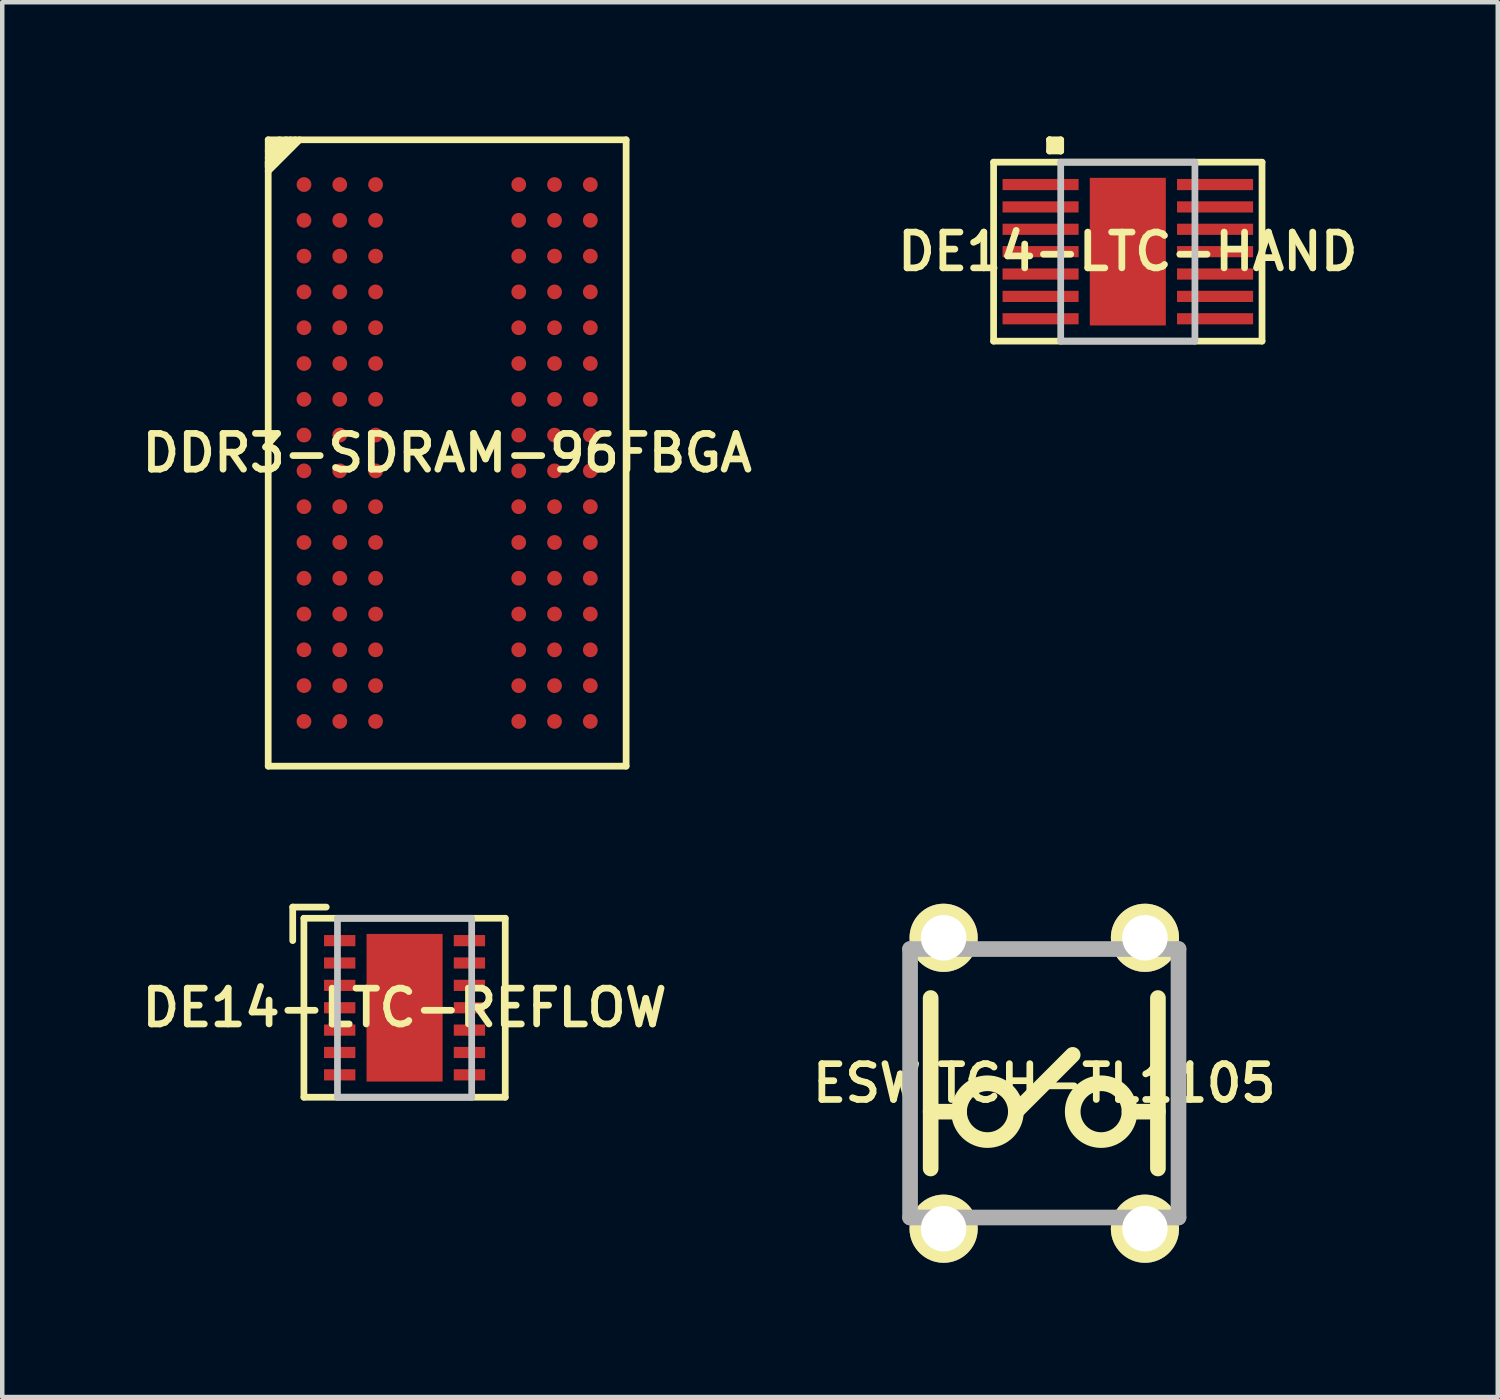
<source format=kicad_pcb>
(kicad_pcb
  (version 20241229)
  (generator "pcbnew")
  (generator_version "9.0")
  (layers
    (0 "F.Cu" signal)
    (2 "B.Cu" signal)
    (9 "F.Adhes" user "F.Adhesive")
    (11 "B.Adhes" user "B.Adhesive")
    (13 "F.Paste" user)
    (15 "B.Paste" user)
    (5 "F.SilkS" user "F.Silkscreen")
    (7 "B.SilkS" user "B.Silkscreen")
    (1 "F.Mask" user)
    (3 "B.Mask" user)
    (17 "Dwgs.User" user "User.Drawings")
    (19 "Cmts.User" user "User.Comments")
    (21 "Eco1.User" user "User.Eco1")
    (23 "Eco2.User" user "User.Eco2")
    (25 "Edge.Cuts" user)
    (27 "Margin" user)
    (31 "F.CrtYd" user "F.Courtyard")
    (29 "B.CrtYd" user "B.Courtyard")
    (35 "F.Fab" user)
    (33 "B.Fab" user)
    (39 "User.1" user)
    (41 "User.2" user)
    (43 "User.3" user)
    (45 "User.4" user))
  (footprint "DE14-LTC-REFLOW"
    (layer "F.Cu")
    (at 5.993 19.475)
    (property "Reference" "DE14-LTC-REFLOW" (at 0 0 0) (layer "F.SilkS") (effects (font (size 0.8 0.8) (thickness 0.15))))
    (attr through_hole)
    (fp_line (start -2.5 -2.25) (end -1.75 -2.25) (stroke (width 0.15) (type solid)) (layer "F.SilkS"))
    (fp_line (start -2.5 -1.5) (end -2.5 -2.25) (stroke (width 0.15) (type solid)) (layer "F.SilkS"))
    (fp_line (start -2.25 -2) (end 2.25 -2) (stroke (width 0.15) (type solid)) (layer "F.SilkS"))
    (fp_line (start -2.25 2) (end -2.25 -2) (stroke (width 0.15) (type solid)) (layer "F.SilkS"))
    (fp_line (start 2.25 -2) (end 2.25 2) (stroke (width 0.15) (type solid)) (layer "F.SilkS"))
    (fp_line (start 2.25 2) (end -2.25 2) (stroke (width 0.15) (type solid)) (layer "F.SilkS"))
    (fp_line (start -1.5 -2) (end 1.5 -2) (stroke (width 0.15) (type solid)) (layer "Dwgs.User"))
    (fp_line (start -1.5 2) (end -1.5 -2) (stroke (width 0.15) (type solid)) (layer "Dwgs.User"))
    (fp_line (start 1.5 -2) (end 1.5 2) (stroke (width 0.15) (type solid)) (layer "Dwgs.User"))
    (fp_line (start 1.5 2) (end -1.5 2) (stroke (width 0.15) (type solid)) (layer "Dwgs.User"))
    (pad "1" smd rect (at -1.45 -1.5) (size 0.7 0.25) (layers "F.Cu" "F.Mask" "F.Paste"))
    (pad "2" smd rect (at -1.45 -1) (size 0.7 0.25) (layers "F.Cu" "F.Mask" "F.Paste"))
    (pad "3" smd rect (at -1.45 -0.5) (size 0.7 0.25) (layers "F.Cu" "F.Mask" "F.Paste"))
    (pad "4" smd rect (at -1.45 0) (size 0.7 0.25) (layers "F.Cu" "F.Mask" "F.Paste"))
    (pad "5" smd rect (at -1.45 0.5) (size 0.7 0.25) (layers "F.Cu" "F.Mask" "F.Paste"))
    (pad "6" smd rect (at -1.45 1) (size 0.7 0.25) (layers "F.Cu" "F.Mask" "F.Paste"))
    (pad "7" smd rect (at -1.45 1.5) (size 0.7 0.25) (layers "F.Cu" "F.Mask" "F.Paste"))
    (pad "8" smd rect (at 1.45 1.5) (size 0.7 0.25) (layers "F.Cu" "F.Mask" "F.Paste"))
    (pad "9" smd rect (at 1.45 1) (size 0.7 0.25) (layers "F.Cu" "F.Mask" "F.Paste"))
    (pad "10" smd rect (at 1.45 0.5) (size 0.7 0.25) (layers "F.Cu" "F.Mask" "F.Paste"))
    (pad "11" smd rect (at 1.45 0) (size 0.7 0.25) (layers "F.Cu" "F.Mask" "F.Paste"))
    (pad "12" smd rect (at 1.45 -0.5) (size 0.7 0.25) (layers "F.Cu" "F.Mask" "F.Paste"))
    (pad "13" smd rect (at 1.45 -1) (size 0.7 0.25) (layers "F.Cu" "F.Mask" "F.Paste"))
    (pad "14" smd rect (at 1.45 -1.5) (size 0.7 0.25) (layers "F.Cu" "F.Mask" "F.Paste"))
    (pad "15" smd rect (at 0 0) (size 1.7 3.3) (layers "F.Cu" "F.Mask" "F.Paste")))
  (footprint "ESWITCH-TL1105"
    (layer "F.Cu")
    (at 20.292 21.163)
    (property "Reference" "ESWITCH-TL1105" (at 0 0 0) (layer "F.SilkS") (effects (font (size 0.8 0.8) (thickness 0.15))))
    (attr through_hole)
    (fp_line (start -2.54 -1.905) (end -2.54 1.905) (stroke (width 0.35) (type solid)) (layer "F.SilkS"))
    (fp_line (start -1.905 0.635) (end -2.54 0.635) (stroke (width 0.35) (type solid)) (layer "F.SilkS"))
    (fp_line (start -0.635 0.635) (end 0.635 -0.635) (stroke (width 0.35) (type solid)) (layer "F.SilkS"))
    (fp_line (start 1.905 0.635) (end 2.54 0.635) (stroke (width 0.35) (type solid)) (layer "F.SilkS"))
    (fp_line (start 2.54 -1.905) (end 2.54 1.905) (stroke (width 0.35) (type solid)) (layer "F.SilkS"))
    (fp_circle (center -1.27 0.635) (end -0.635 0.635) (stroke (width 0.35) (type solid)) (fill no) (layer "F.SilkS"))
    (fp_circle (center 1.27 0.635) (end 0.635 0.635) (stroke (width 0.35) (type solid)) (fill no) (layer "F.SilkS"))
    (fp_line (start -3 -3) (end 3 -3) (stroke (width 0.35) (type solid)) (layer "F.Fab"))
    (fp_line (start -3 3) (end -3 -3) (stroke (width 0.35) (type solid)) (layer "F.Fab"))
    (fp_line (start 3 -3) (end 3 3) (stroke (width 0.35) (type solid)) (layer "F.Fab"))
    (fp_line (start 3 3) (end -3 3) (stroke (width 0.35) (type solid)) (layer "F.Fab"))
    (pad "1" thru_hole circle (at -2.25 -3.251) (size 1.524 1.524) (drill 1.016) (layers "*.Cu" "*.Mask" "F.SilkS"))
    (pad "2" thru_hole circle (at 2.25 -3.251) (size 1.524 1.524) (drill 1.016) (layers "*.Cu" "*.Mask" "F.SilkS"))
    (pad "3" thru_hole circle (at -2.25 3.251) (size 1.524 1.524) (drill 1.016) (layers "*.Cu" "*.Mask" "F.SilkS"))
    (pad "4" thru_hole circle (at 2.25 3.251) (size 1.524 1.524) (drill 1.016) (layers "*.Cu" "*.Mask" "F.SilkS")))
  (footprint "DE14-LTC-HAND"
    (layer "F.Cu")
    (at 22.159 2.575)
    (property "Reference" "DE14-LTC-HAND" (at 0 0 0) (layer "F.SilkS") (effects (font (size 0.8 0.8) (thickness 0.15))))
    (attr through_hole)
    (fp_line (start -3 -2) (end -3 2) (stroke (width 0.15) (type solid)) (layer "F.SilkS"))
    (fp_line (start -3 2) (end 3 2) (stroke (width 0.15) (type solid)) (layer "F.SilkS"))
    (fp_line (start -1.75 -2.5) (end -1.5 -2.5) (stroke (width 0.15) (type solid)) (layer "F.SilkS"))
    (fp_line (start -1.75 -2.25) (end -1.75 -2.5) (stroke (width 0.15) (type solid)) (layer "F.SilkS"))
    (fp_line (start -1.5 -2.5) (end -1.5 -2.25) (stroke (width 0.15) (type solid)) (layer "F.SilkS"))
    (fp_line (start -1.5 -2.25) (end -1.75 -2.5) (stroke (width 0.15) (type solid)) (layer "F.SilkS"))
    (fp_line (start -1.5 -2.25) (end -1.75 -2.25) (stroke (width 0.15) (type solid)) (layer "F.SilkS"))
    (fp_line (start 3 -2) (end -3 -2) (stroke (width 0.15) (type solid)) (layer "F.SilkS"))
    (fp_line (start 3 2) (end 3 -2) (stroke (width 0.15) (type solid)) (layer "F.SilkS"))
    (fp_line (start -1.5 -2) (end 1.5 -2) (stroke (width 0.15) (type solid)) (layer "Dwgs.User"))
    (fp_line (start -1.5 2) (end -1.5 -2) (stroke (width 0.15) (type solid)) (layer "Dwgs.User"))
    (fp_line (start 1.5 -2) (end 1.5 2) (stroke (width 0.15) (type solid)) (layer "Dwgs.User"))
    (fp_line (start 1.5 2) (end -1.5 2) (stroke (width 0.15) (type solid)) (layer "Dwgs.User"))
    (pad "1" smd rect (at -1.95 -1.5) (size 1.7 0.25) (layers "F.Cu" "F.Mask" "F.Paste"))
    (pad "2" smd rect (at -1.95 -1) (size 1.7 0.25) (layers "F.Cu" "F.Mask" "F.Paste"))
    (pad "3" smd rect (at -1.95 -0.5) (size 1.7 0.25) (layers "F.Cu" "F.Mask" "F.Paste"))
    (pad "4" smd rect (at -1.95 0) (size 1.7 0.25) (layers "F.Cu" "F.Mask" "F.Paste"))
    (pad "5" smd rect (at -1.95 0.5) (size 1.7 0.25) (layers "F.Cu" "F.Mask" "F.Paste"))
    (pad "6" smd rect (at -1.95 1) (size 1.7 0.25) (layers "F.Cu" "F.Mask" "F.Paste"))
    (pad "7" smd rect (at -1.95 1.5) (size 1.7 0.25) (layers "F.Cu" "F.Mask" "F.Paste"))
    (pad "8" smd rect (at 1.95 1.5) (size 1.7 0.25) (layers "F.Cu" "F.Mask" "F.Paste"))
    (pad "9" smd rect (at 1.95 1) (size 1.7 0.25) (layers "F.Cu" "F.Mask" "F.Paste"))
    (pad "10" smd rect (at 1.95 0.5) (size 1.7 0.25) (layers "F.Cu" "F.Mask" "F.Paste"))
    (pad "11" smd rect (at 1.95 0) (size 1.7 0.25) (layers "F.Cu" "F.Mask" "F.Paste"))
    (pad "12" smd rect (at 1.95 -0.5) (size 1.7 0.25) (layers "F.Cu" "F.Mask" "F.Paste"))
    (pad "13" smd rect (at 1.95 -1) (size 1.7 0.25) (layers "F.Cu" "F.Mask" "F.Paste"))
    (pad "14" smd rect (at 1.95 -1.5) (size 1.7 0.25) (layers "F.Cu" "F.Mask" "F.Paste"))
    (pad "15" smd rect (at 0 0) (size 1.7 3.3) (layers "F.Cu" "F.Mask" "F.Paste")))
  (footprint "DDR3-SDRAM-96FBGA"
    (layer "F.Cu")
    (at 6.945 7.075)
    (property "Reference" "DDR3-SDRAM-96FBGA" (at 0 0 0) (layer "F.SilkS") (effects (font (size 0.8 0.8) (thickness 0.15))))
    (attr through_hole)
    (fp_line (start -4 -7) (end -4 7) (stroke (width 0.15) (type solid)) (layer "F.SilkS"))
    (fp_line (start -4 -6.75) (end -3.75 -7) (stroke (width 0.15) (type solid)) (layer "F.SilkS"))
    (fp_line (start -4 -6.6) (end -3.6 -7) (stroke (width 0.15) (type solid)) (layer "F.SilkS"))
    (fp_line (start -4 -6.5) (end -3.5 -7) (stroke (width 0.15) (type solid)) (layer "F.SilkS"))
    (fp_line (start -4 -6.4) (end -4 -6.5) (stroke (width 0.15) (type solid)) (layer "F.SilkS"))
    (fp_line (start -4 -6.3) (end -3.3 -7) (stroke (width 0.15) (type solid)) (layer "F.SilkS"))
    (fp_line (start -4 7) (end 4 7) (stroke (width 0.15) (type solid)) (layer "F.SilkS"))
    (fp_line (start -3.4 -7) (end -4 -6.4) (stroke (width 0.15) (type solid)) (layer "F.SilkS"))
    (fp_line (start 4 -7) (end -4 -7) (stroke (width 0.15) (type solid)) (layer "F.SilkS"))
    (fp_line (start 4 7) (end 4 -7) (stroke (width 0.15) (type solid)) (layer "F.SilkS"))
    (pad "A1" smd circle (at -3.2 -6) (size 0.33 0.33) (layers "F.Cu" "F.Mask" "F.Paste"))
    (pad "A2" smd circle (at -2.4 -6) (size 0.33 0.33) (layers "F.Cu" "F.Mask" "F.Paste"))
    (pad "A3" smd circle (at -1.6 -6) (size 0.33 0.33) (layers "F.Cu" "F.Mask" "F.Paste"))
    (pad "A7" smd circle (at 1.6 -6) (size 0.33 0.33) (layers "F.Cu" "F.Mask" "F.Paste"))
    (pad "A8" smd circle (at 2.4 -6) (size 0.33 0.33) (layers "F.Cu" "F.Mask" "F.Paste"))
    (pad "A9" smd circle (at 3.2 -6) (size 0.33 0.33) (layers "F.Cu" "F.Mask" "F.Paste"))
    (pad "B1" smd circle (at -3.2 -5.2) (size 0.33 0.33) (layers "F.Cu" "F.Mask" "F.Paste"))
    (pad "B2" smd circle (at -2.4 -5.2) (size 0.33 0.33) (layers "F.Cu" "F.Mask" "F.Paste"))
    (pad "B3" smd circle (at -1.6 -5.2) (size 0.33 0.33) (layers "F.Cu" "F.Mask" "F.Paste"))
    (pad "B7" smd circle (at 1.6 -5.2) (size 0.33 0.33) (layers "F.Cu" "F.Mask" "F.Paste"))
    (pad "B8" smd circle (at 2.4 -5.2) (size 0.33 0.33) (layers "F.Cu" "F.Mask" "F.Paste"))
    (pad "B9" smd circle (at 3.2 -5.2) (size 0.33 0.33) (layers "F.Cu" "F.Mask" "F.Paste"))
    (pad "C1" smd circle (at -3.2 -4.4) (size 0.33 0.33) (layers "F.Cu" "F.Mask" "F.Paste"))
    (pad "C2" smd circle (at -2.4 -4.4) (size 0.33 0.33) (layers "F.Cu" "F.Mask" "F.Paste"))
    (pad "C3" smd circle (at -1.6 -4.4) (size 0.33 0.33) (layers "F.Cu" "F.Mask" "F.Paste"))
    (pad "C7" smd circle (at 1.6 -4.4) (size 0.33 0.33) (layers "F.Cu" "F.Mask" "F.Paste"))
    (pad "C8" smd circle (at 2.4 -4.4) (size 0.33 0.33) (layers "F.Cu" "F.Mask" "F.Paste"))
    (pad "C9" smd circle (at 3.2 -4.4) (size 0.33 0.33) (layers "F.Cu" "F.Mask" "F.Paste"))
    (pad "D1" smd circle (at -3.2 -3.6) (size 0.33 0.33) (layers "F.Cu" "F.Mask" "F.Paste"))
    (pad "D2" smd circle (at -2.4 -3.6) (size 0.33 0.33) (layers "F.Cu" "F.Mask" "F.Paste"))
    (pad "D3" smd circle (at -1.6 -3.6) (size 0.33 0.33) (layers "F.Cu" "F.Mask" "F.Paste"))
    (pad "D7" smd circle (at 1.6 -3.6) (size 0.33 0.33) (layers "F.Cu" "F.Mask" "F.Paste"))
    (pad "D8" smd circle (at 2.4 -3.6) (size 0.33 0.33) (layers "F.Cu" "F.Mask" "F.Paste"))
    (pad "D9" smd circle (at 3.2 -3.6) (size 0.33 0.33) (layers "F.Cu" "F.Mask" "F.Paste"))
    (pad "E1" smd circle (at -3.2 -2.8) (size 0.33 0.33) (layers "F.Cu" "F.Mask" "F.Paste"))
    (pad "E2" smd circle (at -2.4 -2.8) (size 0.33 0.33) (layers "F.Cu" "F.Mask" "F.Paste"))
    (pad "E3" smd circle (at -1.6 -2.8) (size 0.33 0.33) (layers "F.Cu" "F.Mask" "F.Paste"))
    (pad "E7" smd circle (at 1.6 -2.8) (size 0.33 0.33) (layers "F.Cu" "F.Mask" "F.Paste"))
    (pad "E8" smd circle (at 2.4 -2.8) (size 0.33 0.33) (layers "F.Cu" "F.Mask" "F.Paste"))
    (pad "E9" smd circle (at 3.2 -2.8) (size 0.33 0.33) (layers "F.Cu" "F.Mask" "F.Paste"))
    (pad "F1" smd circle (at -3.2 -2) (size 0.33 0.33) (layers "F.Cu" "F.Mask" "F.Paste"))
    (pad "F2" smd circle (at -2.4 -2) (size 0.33 0.33) (layers "F.Cu" "F.Mask" "F.Paste"))
    (pad "F3" smd circle (at -1.6 -2) (size 0.33 0.33) (layers "F.Cu" "F.Mask" "F.Paste"))
    (pad "F7" smd circle (at 1.6 -2) (size 0.33 0.33) (layers "F.Cu" "F.Mask" "F.Paste"))
    (pad "F8" smd circle (at 2.4 -2) (size 0.33 0.33) (layers "F.Cu" "F.Mask" "F.Paste"))
    (pad "F9" smd circle (at 3.2 -2) (size 0.33 0.33) (layers "F.Cu" "F.Mask" "F.Paste"))
    (pad "G1" smd circle (at -3.2 -1.2) (size 0.33 0.33) (layers "F.Cu" "F.Mask" "F.Paste"))
    (pad "G2" smd circle (at -2.4 -1.2) (size 0.33 0.33) (layers "F.Cu" "F.Mask" "F.Paste"))
    (pad "G3" smd circle (at -1.6 -1.2) (size 0.33 0.33) (layers "F.Cu" "F.Mask" "F.Paste"))
    (pad "G7" smd circle (at 1.6 -1.2) (size 0.33 0.33) (layers "F.Cu" "F.Mask" "F.Paste"))
    (pad "G8" smd circle (at 2.4 -1.2) (size 0.33 0.33) (layers "F.Cu" "F.Mask" "F.Paste"))
    (pad "G9" smd circle (at 3.2 -1.2) (size 0.33 0.33) (layers "F.Cu" "F.Mask" "F.Paste"))
    (pad "H1" smd circle (at -3.2 -0.4) (size 0.33 0.33) (layers "F.Cu" "F.Mask" "F.Paste"))
    (pad "H2" smd circle (at -2.4 -0.4) (size 0.33 0.33) (layers "F.Cu" "F.Mask" "F.Paste"))
    (pad "H3" smd circle (at -1.6 -0.4) (size 0.33 0.33) (layers "F.Cu" "F.Mask" "F.Paste"))
    (pad "H7" smd circle (at 1.6 -0.4) (size 0.33 0.33) (layers "F.Cu" "F.Mask" "F.Paste"))
    (pad "H8" smd circle (at 2.4 -0.4) (size 0.33 0.33) (layers "F.Cu" "F.Mask" "F.Paste"))
    (pad "H9" smd circle (at 3.2 -0.4) (size 0.33 0.33) (layers "F.Cu" "F.Mask" "F.Paste"))
    (pad "J1" smd circle (at -3.2 0.4) (size 0.33 0.33) (layers "F.Cu" "F.Mask" "F.Paste"))
    (pad "J2" smd circle (at -2.4 0.4) (size 0.33 0.33) (layers "F.Cu" "F.Mask" "F.Paste"))
    (pad "J3" smd circle (at -1.6 0.4) (size 0.33 0.33) (layers "F.Cu" "F.Mask" "F.Paste"))
    (pad "J7" smd circle (at 1.6 0.4) (size 0.33 0.33) (layers "F.Cu" "F.Mask" "F.Paste"))
    (pad "J8" smd circle (at 2.4 0.4) (size 0.33 0.33) (layers "F.Cu" "F.Mask" "F.Paste"))
    (pad "J9" smd circle (at 3.2 0.4) (size 0.33 0.33) (layers "F.Cu" "F.Mask" "F.Paste"))
    (pad "K1" smd circle (at -3.2 1.2) (size 0.33 0.33) (layers "F.Cu" "F.Mask" "F.Paste"))
    (pad "K2" smd circle (at -2.4 1.2) (size 0.33 0.33) (layers "F.Cu" "F.Mask" "F.Paste"))
    (pad "K3" smd circle (at -1.6 1.2) (size 0.33 0.33) (layers "F.Cu" "F.Mask" "F.Paste"))
    (pad "K7" smd circle (at 1.6 1.2) (size 0.33 0.33) (layers "F.Cu" "F.Mask" "F.Paste"))
    (pad "K8" smd circle (at 2.4 1.2) (size 0.33 0.33) (layers "F.Cu" "F.Mask" "F.Paste"))
    (pad "K9" smd circle (at 3.2 1.2) (size 0.33 0.33) (layers "F.Cu" "F.Mask" "F.Paste"))
    (pad "L1" smd circle (at -3.2 2) (size 0.33 0.33) (layers "F.Cu" "F.Mask" "F.Paste"))
    (pad "L2" smd circle (at -2.4 2) (size 0.33 0.33) (layers "F.Cu" "F.Mask" "F.Paste"))
    (pad "L3" smd circle (at -1.6 2) (size 0.33 0.33) (layers "F.Cu" "F.Mask" "F.Paste"))
    (pad "L7" smd circle (at 1.6 2) (size 0.33 0.33) (layers "F.Cu" "F.Mask" "F.Paste"))
    (pad "L8" smd circle (at 2.4 2) (size 0.33 0.33) (layers "F.Cu" "F.Mask" "F.Paste"))
    (pad "L9" smd circle (at 3.2 2) (size 0.33 0.33) (layers "F.Cu" "F.Mask" "F.Paste"))
    (pad "M1" smd circle (at -3.2 2.8) (size 0.33 0.33) (layers "F.Cu" "F.Mask" "F.Paste"))
    (pad "M2" smd circle (at -2.4 2.8) (size 0.33 0.33) (layers "F.Cu" "F.Mask" "F.Paste"))
    (pad "M3" smd circle (at -1.6 2.8) (size 0.33 0.33) (layers "F.Cu" "F.Mask" "F.Paste"))
    (pad "M7" smd circle (at 1.6 2.8) (size 0.33 0.33) (layers "F.Cu" "F.Mask" "F.Paste"))
    (pad "M8" smd circle (at 2.4 2.8) (size 0.33 0.33) (layers "F.Cu" "F.Mask" "F.Paste"))
    (pad "M9" smd circle (at 3.2 2.8) (size 0.33 0.33) (layers "F.Cu" "F.Mask" "F.Paste"))
    (pad "N1" smd circle (at -3.2 3.6) (size 0.33 0.33) (layers "F.Cu" "F.Mask" "F.Paste"))
    (pad "N2" smd circle (at -2.4 3.6) (size 0.33 0.33) (layers "F.Cu" "F.Mask" "F.Paste"))
    (pad "N3" smd circle (at -1.6 3.6) (size 0.33 0.33) (layers "F.Cu" "F.Mask" "F.Paste"))
    (pad "N7" smd circle (at 1.6 3.6) (size 0.33 0.33) (layers "F.Cu" "F.Mask" "F.Paste"))
    (pad "N8" smd circle (at 2.4 3.6) (size 0.33 0.33) (layers "F.Cu" "F.Mask" "F.Paste"))
    (pad "N9" smd circle (at 3.2 3.6) (size 0.33 0.33) (layers "F.Cu" "F.Mask" "F.Paste"))
    (pad "P1" smd circle (at -3.2 4.4) (size 0.33 0.33) (layers "F.Cu" "F.Mask" "F.Paste"))
    (pad "P2" smd circle (at -2.4 4.4) (size 0.33 0.33) (layers "F.Cu" "F.Mask" "F.Paste"))
    (pad "P3" smd circle (at -1.6 4.4) (size 0.33 0.33) (layers "F.Cu" "F.Mask" "F.Paste"))
    (pad "P7" smd circle (at 1.6 4.4) (size 0.33 0.33) (layers "F.Cu" "F.Mask" "F.Paste"))
    (pad "P8" smd circle (at 2.4 4.4) (size 0.33 0.33) (layers "F.Cu" "F.Mask" "F.Paste"))
    (pad "P9" smd circle (at 3.2 4.4) (size 0.33 0.33) (layers "F.Cu" "F.Mask" "F.Paste"))
    (pad "R1" smd circle (at -3.2 5.2) (size 0.33 0.33) (layers "F.Cu" "F.Mask" "F.Paste"))
    (pad "R2" smd circle (at -2.4 5.2) (size 0.33 0.33) (layers "F.Cu" "F.Mask" "F.Paste"))
    (pad "R3" smd circle (at -1.6 5.2) (size 0.33 0.33) (layers "F.Cu" "F.Mask" "F.Paste"))
    (pad "R7" smd circle (at 1.6 5.2) (size 0.33 0.33) (layers "F.Cu" "F.Mask" "F.Paste"))
    (pad "R8" smd circle (at 2.4 5.2) (size 0.33 0.33) (layers "F.Cu" "F.Mask" "F.Paste"))
    (pad "R9" smd circle (at 3.2 5.2) (size 0.33 0.33) (layers "F.Cu" "F.Mask" "F.Paste"))
    (pad "T1" smd circle (at -3.2 6) (size 0.33 0.33) (layers "F.Cu" "F.Mask" "F.Paste"))
    (pad "T2" smd circle (at -2.4 6) (size 0.33 0.33) (layers "F.Cu" "F.Mask" "F.Paste"))
    (pad "T3" smd circle (at -1.6 6) (size 0.33 0.33) (layers "F.Cu" "F.Mask" "F.Paste"))
    (pad "T7" smd circle (at 1.6 6) (size 0.33 0.33) (layers "F.Cu" "F.Mask" "F.Paste"))
    (pad "T8" smd circle (at 2.4 6) (size 0.33 0.33) (layers "F.Cu" "F.Mask" "F.Paste"))
    (pad "T9" smd circle (at 3.2 6) (size 0.33 0.33) (layers "F.Cu" "F.Mask" "F.Paste")))
  (gr_rect
    (start -3 -3)
    (end 30.428 28.176)
    (stroke (width 0.1) (type default))
    (fill no)
    (layer "Edge.Cuts")))
</source>
